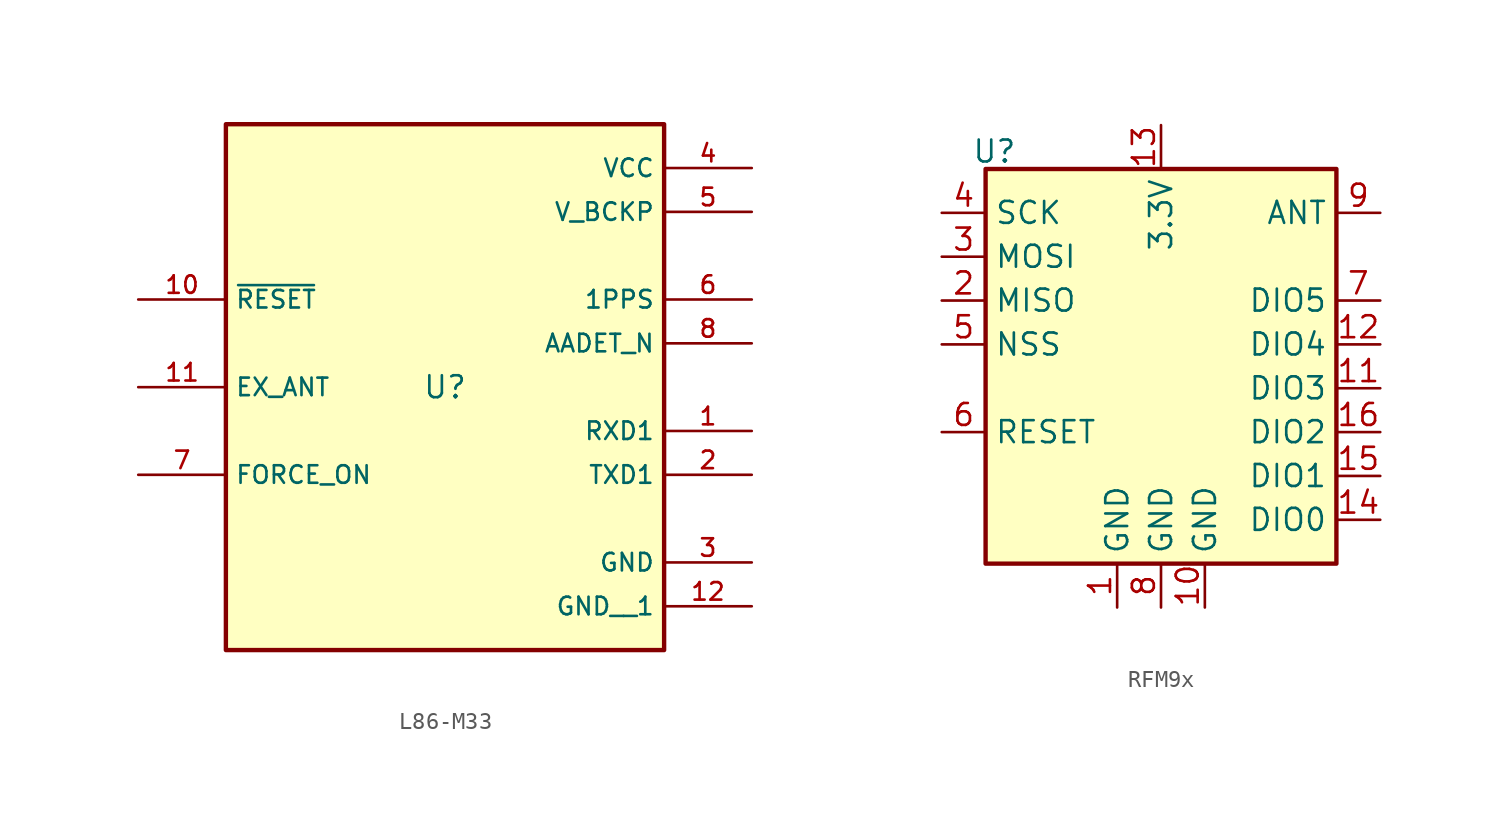
<source format=kicad_sym>
(kicad_symbol_lib
  (version 20231120)
  (generator "kicad_symbol_editor")
  (generator_version "8.0")
  (symbol "L86-M33"
    (property "Reference" "U"
      (at 0 0 0)
      (effects (font (size 1.27 1.27))))
    (property "Value" ""
      (at 0 0 0)
      (effects (font (size 1.27 1.27))))
    (symbol "L86-M33_0_0"
      (rectangle (start -12.7 15.24) (end 12.7 -15.24) (stroke (width 0.254) (type default)) (fill (type background)))
      (pin input line (at 17.78 -2.54 180) (length 5.08) (name "RXD1" (effects (font (size 1.016 1.016)))) (number "1" (effects (font (size 1.016 1.016)))))
      (pin input line (at -17.78 5.08 0) (length 5.08) (name "~{RESET}" (effects (font (size 1.016 1.016)))) (number "10" (effects (font (size 1.016 1.016)))))
      (pin input line (at -17.78 0 0) (length 5.08) (name "EX_ANT" (effects (font (size 1.016 1.016)))) (number "11" (effects (font (size 1.016 1.016)))))
      (pin passive line (at 17.78 -12.7 180) (length 5.08) (name "GND__1" (effects (font (size 1.016 1.016)))) (number "12" (effects (font (size 1.016 1.016)))))
      (pin output line (at 17.78 -5.08 180) (length 5.08) (name "TXD1" (effects (font (size 1.016 1.016)))) (number "2" (effects (font (size 1.016 1.016)))))
      (pin passive line (at 17.78 -10.16 180) (length 5.08) (name "GND" (effects (font (size 1.016 1.016)))) (number "3" (effects (font (size 1.016 1.016)))))
      (pin power_in line (at 17.78 12.7 180) (length 5.08) (name "VCC" (effects (font (size 1.016 1.016)))) (number "4" (effects (font (size 1.016 1.016)))))
      (pin power_in line (at 17.78 10.16 180) (length 5.08) (name "V_BCKP" (effects (font (size 1.016 1.016)))) (number "5" (effects (font (size 1.016 1.016)))))
      (pin output line (at 17.78 5.08 180) (length 5.08) (name "1PPS" (effects (font (size 1.016 1.016)))) (number "6" (effects (font (size 1.016 1.016)))))
      (pin input line (at -17.78 -5.08 0) (length 5.08) (name "FORCE_ON" (effects (font (size 1.016 1.016)))) (number "7" (effects (font (size 1.016 1.016)))))
      (pin output line (at 17.78 2.54 180) (length 5.08) (name "AADET_N" (effects (font (size 1.016 1.016)))) (number "8" (effects (font (size 1.016 1.016)))))))
  (symbol "RFM9x"
    (property "Reference" "U"
      (at -9.652 12.446 0)
      (effects (font (size 1.27 1.27))))
    (property "Value" ""
      (at -11.43 -5.08 0)
      (effects (font (size 1.27 1.27))))
    (symbol "RFM9x_0_1"
      (rectangle (start -10.16 11.43) (end 10.16 -11.43) (stroke (width 0.254) (type default)) (fill (type background))))
    (symbol "RFM9x_1_1"
      (pin power_in line (at -2.54 -13.97 90) (length 2.54) (name "GND" (effects (font (size 1.27 1.27)))) (number "1" (effects (font (size 1.27 1.27)))))
      (pin power_in line (at 2.54 -13.97 90) (length 2.54) (name "GND" (effects (font (size 1.27 1.27)))) (number "10" (effects (font (size 1.27 1.27)))))
      (pin bidirectional line (at 12.7 -1.27 180) (length 2.54) (name "DIO3" (effects (font (size 1.27 1.27)))) (number "11" (effects (font (size 1.27 1.27)))))
      (pin bidirectional line (at 12.7 1.27 180) (length 2.54) (name "DIO4" (effects (font (size 1.27 1.27)))) (number "12" (effects (font (size 1.27 1.27)))))
      (pin power_in line (at 0 13.97 270) (length 2.54) (name "3.3V" (effects (font (size 1.27 1.27)))) (number "13" (effects (font (size 1.27 1.27)))))
      (pin bidirectional line (at 12.7 -8.89 180) (length 2.54) (name "DIO0" (effects (font (size 1.27 1.27)))) (number "14" (effects (font (size 1.27 1.27)))))
      (pin bidirectional line (at 12.7 -6.35 180) (length 2.54) (name "DIO1" (effects (font (size 1.27 1.27)))) (number "15" (effects (font (size 1.27 1.27)))))
      (pin bidirectional line (at 12.7 -3.81 180) (length 2.54) (name "DIO2" (effects (font (size 1.27 1.27)))) (number "16" (effects (font (size 1.27 1.27)))))
      (pin output line (at -12.7 3.81 0) (length 2.54) (name "MISO" (effects (font (size 1.27 1.27)))) (number "2" (effects (font (size 1.27 1.27)))))
      (pin input line (at -12.7 6.35 0) (length 2.54) (name "MOSI" (effects (font (size 1.27 1.27)))) (number "3" (effects (font (size 1.27 1.27)))))
      (pin input line (at -12.7 8.89 0) (length 2.54) (name "SCK" (effects (font (size 1.27 1.27)))) (number "4" (effects (font (size 1.27 1.27)))))
      (pin input line (at -12.7 1.27 0) (length 2.54) (name "NSS" (effects (font (size 1.27 1.27)))) (number "5" (effects (font (size 1.27 1.27)))))
      (pin bidirectional line (at -12.7 -3.81 0) (length 2.54) (name "RESET" (effects (font (size 1.27 1.27)))) (number "6" (effects (font (size 1.27 1.27)))))
      (pin bidirectional line (at 12.7 3.81 180) (length 2.54) (name "DIO5" (effects (font (size 1.27 1.27)))) (number "7" (effects (font (size 1.27 1.27)))))
      (pin power_in line (at 0 -13.97 90) (length 2.54) (name "GND" (effects (font (size 1.27 1.27)))) (number "8" (effects (font (size 1.27 1.27)))))
      (pin bidirectional line (at 12.7 8.89 180) (length 2.54) (name "ANT" (effects (font (size 1.27 1.27)))) (number "9" (effects (font (size 1.27 1.27))))))))
</source>
